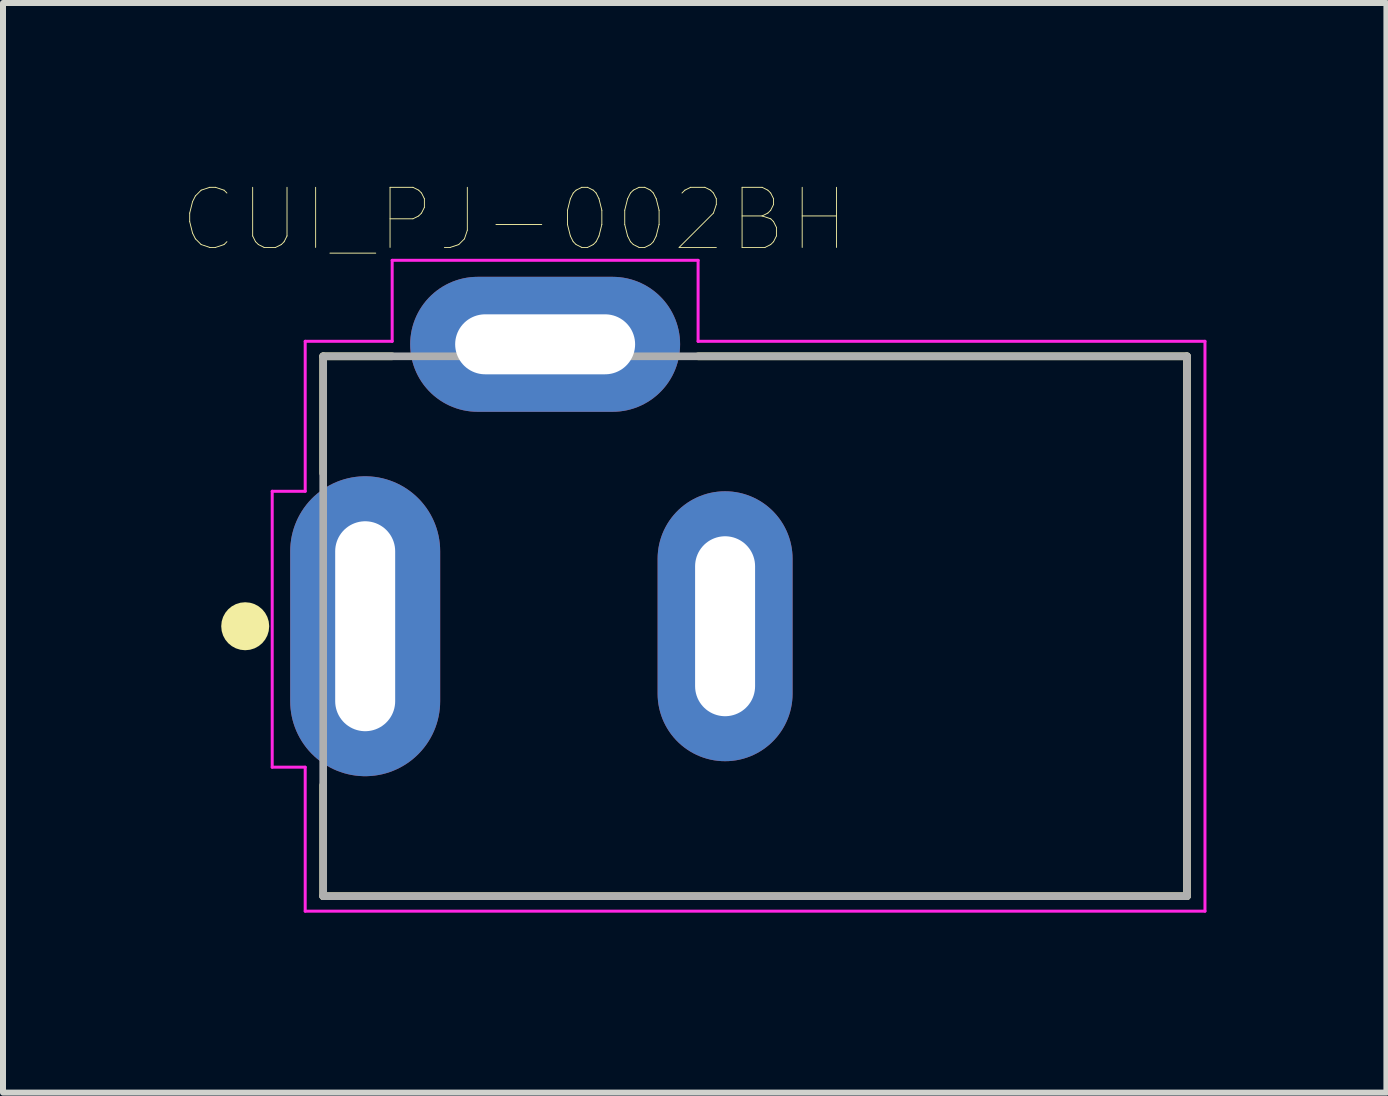
<source format=kicad_pcb>
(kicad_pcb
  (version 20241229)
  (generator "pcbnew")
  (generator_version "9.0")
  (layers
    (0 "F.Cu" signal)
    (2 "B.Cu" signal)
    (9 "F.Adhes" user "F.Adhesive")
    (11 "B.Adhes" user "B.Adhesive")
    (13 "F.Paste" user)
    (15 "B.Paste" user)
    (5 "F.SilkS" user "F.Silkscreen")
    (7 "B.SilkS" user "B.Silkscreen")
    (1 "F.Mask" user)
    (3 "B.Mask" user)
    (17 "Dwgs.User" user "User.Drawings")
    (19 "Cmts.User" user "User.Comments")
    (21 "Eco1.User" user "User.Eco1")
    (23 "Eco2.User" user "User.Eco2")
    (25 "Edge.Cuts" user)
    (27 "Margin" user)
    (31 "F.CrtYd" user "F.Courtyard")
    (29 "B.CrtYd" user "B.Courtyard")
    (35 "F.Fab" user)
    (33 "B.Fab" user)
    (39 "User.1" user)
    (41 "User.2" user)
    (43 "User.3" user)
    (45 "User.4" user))
  (footprint "CUI_PJ-002BH"
    (layer "F.Cu")
    (at 3.038 7.39)
    (property "Reference" "CUI_PJ-002BH" (at 2.49 -6.778 0) (layer "F.SilkS") (effects (font (size 1.002 1.002) (thickness 0.015))))
    (attr through_hole)
    (fp_line (start -0.7 -4.5) (end 0.45 -4.5) (stroke (width 0.127) (type solid)) (layer "F.SilkS"))
    (fp_line (start -0.7 -2.55) (end -0.7 -4.5) (stroke (width 0.127) (type solid)) (layer "F.SilkS"))
    (fp_line (start -0.7 4.5) (end -0.7 2.65) (stroke (width 0.127) (type solid)) (layer "F.SilkS"))
    (fp_line (start 5.55 -4.5) (end 13.7 -4.5) (stroke (width 0.127) (type solid)) (layer "F.SilkS"))
    (fp_line (start 13.7 -4.5) (end 13.7 4.5) (stroke (width 0.127) (type solid)) (layer "F.SilkS"))
    (fp_line (start 13.7 4.5) (end -0.7 4.5) (stroke (width 0.127) (type solid)) (layer "F.SilkS"))
    (fp_circle (center -2 0) (end -1.8 0) (stroke (width 0.4) (type solid)) (fill no) (layer "F.SilkS"))
    (fp_line (start -1.55 -2.25) (end -1.55 2.35) (stroke (width 0.05) (type solid)) (layer "F.CrtYd"))
    (fp_line (start -1.55 2.35) (end -1 2.35) (stroke (width 0.05) (type solid)) (layer "F.CrtYd"))
    (fp_line (start -1 -4.75) (end 0.45 -4.75) (stroke (width 0.05) (type solid)) (layer "F.CrtYd"))
    (fp_line (start -1 -2.25) (end -1.55 -2.25) (stroke (width 0.05) (type solid)) (layer "F.CrtYd"))
    (fp_line (start -1 -2.25) (end -1 -4.75) (stroke (width 0.05) (type solid)) (layer "F.CrtYd"))
    (fp_line (start -1 4.75) (end -1 2.35) (stroke (width 0.05) (type solid)) (layer "F.CrtYd"))
    (fp_line (start 0.45 -6.1) (end 5.55 -6.1) (stroke (width 0.05) (type solid)) (layer "F.CrtYd"))
    (fp_line (start 0.45 -4.75) (end 0.45 -6.1) (stroke (width 0.05) (type solid)) (layer "F.CrtYd"))
    (fp_line (start 5.55 -6.1) (end 5.55 -4.75) (stroke (width 0.05) (type solid)) (layer "F.CrtYd"))
    (fp_line (start 5.55 -4.75) (end 14 -4.75) (stroke (width 0.05) (type solid)) (layer "F.CrtYd"))
    (fp_line (start 14 -4.75) (end 14 4.75) (stroke (width 0.05) (type solid)) (layer "F.CrtYd"))
    (fp_line (start 14 4.75) (end -1 4.75) (stroke (width 0.05) (type solid)) (layer "F.CrtYd"))
    (fp_line (start -0.7 -4.5) (end 13.7 -4.5) (stroke (width 0.127) (type solid)) (layer "F.Fab"))
    (fp_line (start -0.7 4.5) (end -0.7 -4.5) (stroke (width 0.127) (type solid)) (layer "F.Fab"))
    (fp_line (start 13.7 -4.5) (end 13.7 4.5) (stroke (width 0.127) (type solid)) (layer "F.Fab"))
    (fp_line (start 13.7 4.5) (end -0.7 4.5) (stroke (width 0.127) (type solid)) (layer "F.Fab"))
    (pad "1" thru_hole oval (at 0 0) (size 2.5 5) (drill oval 1 3.5) (layers "*.Cu" "*.Mask"))
    (pad "2" thru_hole oval (at 6 0) (size 2.25 4.5) (drill oval 1 3) (layers "*.Cu" "*.Mask"))
    (pad "3" thru_hole oval (at 3 -4.7) (size 4.5 2.25) (drill oval 3 1) (layers "*.Cu" "*.Mask")))
  (gr_rect
    (start -3 -3)
    (end 20.063 15.165)
    (stroke (width 0.1) (type default))
    (fill no)
    (layer "Edge.Cuts")))
</source>
